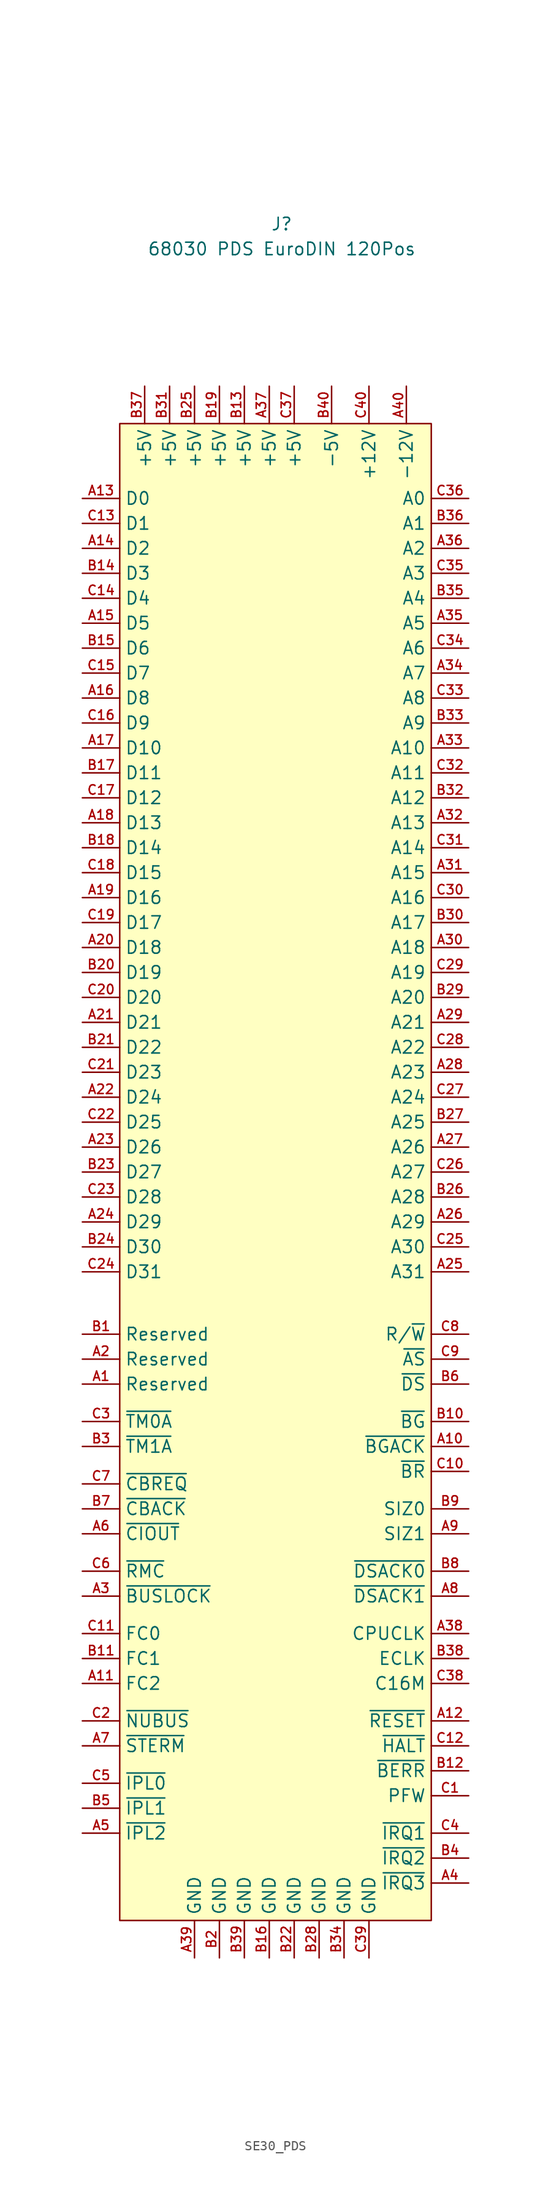
<source format=kicad_sym>
(kicad_symbol_lib
  (version 20231120)
  (generator "kicad_symbol_editor")
  (generator_version "8.0")
  (symbol "SE30_PDS"
    (property "Reference" "J"
      (at 0 13.97 0)
      (effects (font (size 1.27 1.27))))
    (property "Value" "68030 PDS EuroDIN 120Pos"
      (at 0 11.43 0)
      (effects (font (size 1.27 1.27))))
    (symbol "SE30_PDS_1_0"
      (pin unspecified line (at -20.32 -104.14 0) (length 3.81) (name "Reserved" (effects (font (size 1.27 1.27)))) (number "A1" (effects (font (size 0.953 0.953)))))
      (pin input line (at 19.05 -110.49 180) (length 3.81) (name "~{BGACK}" (effects (font (size 1.27 1.27)))) (number "A10" (effects (font (size 0.953 0.953)))))
      (pin output line (at -20.32 -134.62 0) (length 3.81) (name "FC2" (effects (font (size 1.27 1.27)))) (number "A11" (effects (font (size 0.953 0.953)))))
      (pin output line (at 19.05 -138.43 180) (length 3.81) (name "~{RESET}" (effects (font (size 1.27 1.27)))) (number "A12" (effects (font (size 0.953 0.953)))))
      (pin bidirectional line (at -20.32 -13.97 0) (length 3.81) (name "D0" (effects (font (size 1.27 1.27)))) (number "A13" (effects (font (size 0.953 0.953)))))
      (pin bidirectional line (at -20.32 -19.05 0) (length 3.81) (name "D2" (effects (font (size 1.27 1.27)))) (number "A14" (effects (font (size 0.953 0.953)))))
      (pin bidirectional line (at -20.32 -26.67 0) (length 3.81) (name "D5" (effects (font (size 1.27 1.27)))) (number "A15" (effects (font (size 0.953 0.953)))))
      (pin bidirectional line (at -20.32 -34.29 0) (length 3.81) (name "D8" (effects (font (size 1.27 1.27)))) (number "A16" (effects (font (size 0.953 0.953)))))
      (pin bidirectional line (at -20.32 -39.37 0) (length 3.81) (name "D10" (effects (font (size 1.27 1.27)))) (number "A17" (effects (font (size 0.953 0.953)))))
      (pin bidirectional line (at -20.32 -46.99 0) (length 3.81) (name "D13" (effects (font (size 1.27 1.27)))) (number "A18" (effects (font (size 0.953 0.953)))))
      (pin bidirectional line (at -20.32 -54.61 0) (length 3.81) (name "D16" (effects (font (size 1.27 1.27)))) (number "A19" (effects (font (size 0.953 0.953)))))
      (pin unspecified line (at -20.32 -101.6 0) (length 3.81) (name "Reserved" (effects (font (size 1.27 1.27)))) (number "A2" (effects (font (size 0.953 0.953)))))
      (pin bidirectional line (at -20.32 -59.69 0) (length 3.81) (name "D18" (effects (font (size 1.27 1.27)))) (number "A20" (effects (font (size 0.953 0.953)))))
      (pin bidirectional line (at -20.32 -67.31 0) (length 3.81) (name "D21" (effects (font (size 1.27 1.27)))) (number "A21" (effects (font (size 0.953 0.953)))))
      (pin bidirectional line (at -20.32 -74.93 0) (length 3.81) (name "D24" (effects (font (size 1.27 1.27)))) (number "A22" (effects (font (size 0.953 0.953)))))
      (pin bidirectional line (at -20.32 -80.01 0) (length 3.81) (name "D26" (effects (font (size 1.27 1.27)))) (number "A23" (effects (font (size 0.953 0.953)))))
      (pin bidirectional line (at -20.32 -87.63 0) (length 3.81) (name "D29" (effects (font (size 1.27 1.27)))) (number "A24" (effects (font (size 0.953 0.953)))))
      (pin output line (at 19.05 -92.71 180) (length 3.81) (name "A31" (effects (font (size 1.27 1.27)))) (number "A25" (effects (font (size 0.953 0.953)))))
      (pin output line (at 19.05 -87.63 180) (length 3.81) (name "A29" (effects (font (size 1.27 1.27)))) (number "A26" (effects (font (size 0.953 0.953)))))
      (pin output line (at 19.05 -80.01 180) (length 3.81) (name "A26" (effects (font (size 1.27 1.27)))) (number "A27" (effects (font (size 0.953 0.953)))))
      (pin output line (at 19.05 -72.39 180) (length 3.81) (name "A23" (effects (font (size 1.27 1.27)))) (number "A28" (effects (font (size 0.953 0.953)))))
      (pin output line (at 19.05 -67.31 180) (length 3.81) (name "A21" (effects (font (size 1.27 1.27)))) (number "A29" (effects (font (size 0.953 0.953)))))
      (pin output line (at -20.32 -125.73 0) (length 3.81) (name "~{BUSLOCK}" (effects (font (size 1.27 1.27)))) (number "A3" (effects (font (size 0.953 0.953)))))
      (pin output line (at 19.05 -59.69 180) (length 3.81) (name "A18" (effects (font (size 1.27 1.27)))) (number "A30" (effects (font (size 0.953 0.953)))))
      (pin output line (at 19.05 -52.07 180) (length 3.81) (name "A15" (effects (font (size 1.27 1.27)))) (number "A31" (effects (font (size 0.953 0.953)))))
      (pin output line (at 19.05 -46.99 180) (length 3.81) (name "A13" (effects (font (size 1.27 1.27)))) (number "A32" (effects (font (size 0.953 0.953)))))
      (pin output line (at 19.05 -39.37 180) (length 3.81) (name "A10" (effects (font (size 1.27 1.27)))) (number "A33" (effects (font (size 0.953 0.953)))))
      (pin output line (at 19.05 -31.75 180) (length 3.81) (name "A7" (effects (font (size 1.27 1.27)))) (number "A34" (effects (font (size 0.953 0.953)))))
      (pin output line (at 19.05 -26.67 180) (length 3.81) (name "A5" (effects (font (size 1.27 1.27)))) (number "A35" (effects (font (size 0.953 0.953)))))
      (pin output line (at 19.05 -19.05 180) (length 3.81) (name "A2" (effects (font (size 1.27 1.27)))) (number "A36" (effects (font (size 0.953 0.953)))))
      (pin power_out line (at -1.27 -2.54 270) (length 3.81) (name "+5V" (effects (font (size 1.27 1.27)))) (number "A37" (effects (font (size 0.953 0.953)))))
      (pin output line (at 19.05 -129.54 180) (length 3.81) (name "CPUCLK" (effects (font (size 1.27 1.27)))) (number "A38" (effects (font (size 0.953 0.953)))))
      (pin power_out line (at -8.89 -162.56 90) (length 3.81) (name "GND" (effects (font (size 1.27 1.27)))) (number "A39" (effects (font (size 0.953 0.953)))))
      (pin input line (at 19.05 -154.94 180) (length 3.81) (name "~{IRQ3}" (effects (font (size 1.27 1.27)))) (number "A4" (effects (font (size 0.953 0.953)))))
      (pin power_out line (at 12.7 -2.54 270) (length 3.81) (name "-12V" (effects (font (size 1.27 1.27)))) (number "A40" (effects (font (size 0.953 0.953)))))
      (pin input line (at -20.32 -149.86 0) (length 3.81) (name "~{IPL2}" (effects (font (size 1.27 1.27)))) (number "A5" (effects (font (size 0.953 0.953)))))
      (pin output line (at -20.32 -119.38 0) (length 3.81) (name "~{CIOUT}" (effects (font (size 1.27 1.27)))) (number "A6" (effects (font (size 0.953 0.953)))))
      (pin input line (at -20.32 -140.97 0) (length 3.81) (name "~{STERM}" (effects (font (size 1.27 1.27)))) (number "A7" (effects (font (size 0.953 0.953)))))
      (pin input line (at 19.05 -125.73 180) (length 3.81) (name "~{DSACK1}" (effects (font (size 1.27 1.27)))) (number "A8" (effects (font (size 0.953 0.953)))))
      (pin output line (at 19.05 -119.38 180) (length 3.81) (name "SIZ1" (effects (font (size 1.27 1.27)))) (number "A9" (effects (font (size 0.953 0.953)))))
      (pin unspecified line (at -20.32 -99.06 0) (length 3.81) (name "Reserved" (effects (font (size 1.27 1.27)))) (number "B1" (effects (font (size 0.953 0.953)))))
      (pin output line (at 19.05 -107.95 180) (length 3.81) (name "~{BG}" (effects (font (size 1.27 1.27)))) (number "B10" (effects (font (size 0.953 0.953)))))
      (pin output line (at -20.32 -132.08 0) (length 3.81) (name "FC1" (effects (font (size 1.27 1.27)))) (number "B11" (effects (font (size 0.953 0.953)))))
      (pin input line (at 19.05 -143.51 180) (length 3.81) (name "~{BERR}" (effects (font (size 1.27 1.27)))) (number "B12" (effects (font (size 0.953 0.953)))))
      (pin power_out line (at -3.81 -2.54 270) (length 3.81) (name "+5V" (effects (font (size 1.27 1.27)))) (number "B13" (effects (font (size 0.953 0.953)))))
      (pin bidirectional line (at -20.32 -21.59 0) (length 3.81) (name "D3" (effects (font (size 1.27 1.27)))) (number "B14" (effects (font (size 0.953 0.953)))))
      (pin bidirectional line (at -20.32 -29.21 0) (length 3.81) (name "D6" (effects (font (size 1.27 1.27)))) (number "B15" (effects (font (size 0.953 0.953)))))
      (pin power_out line (at -1.27 -162.56 90) (length 3.81) (name "GND" (effects (font (size 1.27 1.27)))) (number "B16" (effects (font (size 0.953 0.953)))))
      (pin bidirectional line (at -20.32 -41.91 0) (length 3.81) (name "D11" (effects (font (size 1.27 1.27)))) (number "B17" (effects (font (size 0.953 0.953)))))
      (pin bidirectional line (at -20.32 -49.53 0) (length 3.81) (name "D14" (effects (font (size 1.27 1.27)))) (number "B18" (effects (font (size 0.953 0.953)))))
      (pin power_out line (at -6.35 -2.54 270) (length 3.81) (name "+5V" (effects (font (size 1.27 1.27)))) (number "B19" (effects (font (size 0.953 0.953)))))
      (pin power_out line (at -6.35 -162.56 90) (length 3.81) (name "GND" (effects (font (size 1.27 1.27)))) (number "B2" (effects (font (size 0.953 0.953)))))
      (pin bidirectional line (at -20.32 -62.23 0) (length 3.81) (name "D19" (effects (font (size 1.27 1.27)))) (number "B20" (effects (font (size 0.953 0.953)))))
      (pin bidirectional line (at -20.32 -69.85 0) (length 3.81) (name "D22" (effects (font (size 1.27 1.27)))) (number "B21" (effects (font (size 0.953 0.953)))))
      (pin power_out line (at 1.27 -162.56 90) (length 3.81) (name "GND" (effects (font (size 1.27 1.27)))) (number "B22" (effects (font (size 0.953 0.953)))))
      (pin bidirectional line (at -20.32 -82.55 0) (length 3.81) (name "D27" (effects (font (size 1.27 1.27)))) (number "B23" (effects (font (size 0.953 0.953)))))
      (pin bidirectional line (at -20.32 -90.17 0) (length 3.81) (name "D30" (effects (font (size 1.27 1.27)))) (number "B24" (effects (font (size 0.953 0.953)))))
      (pin power_out line (at -8.89 -2.54 270) (length 3.81) (name "+5V" (effects (font (size 1.27 1.27)))) (number "B25" (effects (font (size 0.953 0.953)))))
      (pin output line (at 19.05 -85.09 180) (length 3.81) (name "A28" (effects (font (size 1.27 1.27)))) (number "B26" (effects (font (size 0.953 0.953)))))
      (pin output line (at 19.05 -77.47 180) (length 3.81) (name "A25" (effects (font (size 1.27 1.27)))) (number "B27" (effects (font (size 0.953 0.953)))))
      (pin power_out line (at 3.81 -162.56 90) (length 3.81) (name "GND" (effects (font (size 1.27 1.27)))) (number "B28" (effects (font (size 0.953 0.953)))))
      (pin output line (at 19.05 -64.77 180) (length 3.81) (name "A20" (effects (font (size 1.27 1.27)))) (number "B29" (effects (font (size 0.953 0.953)))))
      (pin input line (at -20.32 -110.49 0) (length 3.81) (name "~{TM1A}" (effects (font (size 1.27 1.27)))) (number "B3" (effects (font (size 0.953 0.953)))))
      (pin output line (at 19.05 -57.15 180) (length 3.81) (name "A17" (effects (font (size 1.27 1.27)))) (number "B30" (effects (font (size 0.953 0.953)))))
      (pin power_out line (at -11.43 -2.54 270) (length 3.81) (name "+5V" (effects (font (size 1.27 1.27)))) (number "B31" (effects (font (size 0.953 0.953)))))
      (pin output line (at 19.05 -44.45 180) (length 3.81) (name "A12" (effects (font (size 1.27 1.27)))) (number "B32" (effects (font (size 0.953 0.953)))))
      (pin output line (at 19.05 -36.83 180) (length 3.81) (name "A9" (effects (font (size 1.27 1.27)))) (number "B33" (effects (font (size 0.953 0.953)))))
      (pin power_out line (at 6.35 -162.56 90) (length 3.81) (name "GND" (effects (font (size 1.27 1.27)))) (number "B34" (effects (font (size 0.953 0.953)))))
      (pin output line (at 19.05 -24.13 180) (length 3.81) (name "A4" (effects (font (size 1.27 1.27)))) (number "B35" (effects (font (size 0.953 0.953)))))
      (pin output line (at 19.05 -16.51 180) (length 3.81) (name "A1" (effects (font (size 1.27 1.27)))) (number "B36" (effects (font (size 0.953 0.953)))))
      (pin power_out line (at -13.97 -2.54 270) (length 3.81) (name "+5V" (effects (font (size 1.27 1.27)))) (number "B37" (effects (font (size 0.953 0.953)))))
      (pin output line (at 19.05 -132.08 180) (length 3.81) (name "ECLK" (effects (font (size 1.27 1.27)))) (number "B38" (effects (font (size 0.953 0.953)))))
      (pin power_out line (at -3.81 -162.56 90) (length 3.81) (name "GND" (effects (font (size 1.27 1.27)))) (number "B39" (effects (font (size 0.953 0.953)))))
      (pin input line (at 19.05 -152.4 180) (length 3.81) (name "~{IRQ2}" (effects (font (size 1.27 1.27)))) (number "B4" (effects (font (size 0.953 0.953)))))
      (pin power_out line (at 5.08 -2.54 270) (length 3.81) (name "-5V" (effects (font (size 1.27 1.27)))) (number "B40" (effects (font (size 0.953 0.953)))))
      (pin input line (at -20.32 -147.32 0) (length 3.81) (name "~{IPL1}" (effects (font (size 1.27 1.27)))) (number "B5" (effects (font (size 0.953 0.953)))))
      (pin output line (at 19.05 -104.14 180) (length 3.81) (name "~{DS}" (effects (font (size 1.27 1.27)))) (number "B6" (effects (font (size 0.953 0.953)))))
      (pin input line (at -20.32 -116.84 0) (length 3.81) (name "~{CBACK}" (effects (font (size 1.27 1.27)))) (number "B7" (effects (font (size 0.953 0.953)))))
      (pin input line (at 19.05 -123.19 180) (length 3.81) (name "~{DSACK0}" (effects (font (size 1.27 1.27)))) (number "B8" (effects (font (size 0.953 0.953)))))
      (pin output line (at 19.05 -116.84 180) (length 3.81) (name "SIZ0" (effects (font (size 1.27 1.27)))) (number "B9" (effects (font (size 0.953 0.953)))))
      (pin output line (at 19.05 -146.05 180) (length 3.81) (name "PFW" (effects (font (size 1.27 1.27)))) (number "C1" (effects (font (size 0.953 0.953)))))
      (pin input line (at 19.05 -113.03 180) (length 3.81) (name "~{BR}" (effects (font (size 1.27 1.27)))) (number "C10" (effects (font (size 0.953 0.953)))))
      (pin output line (at -20.32 -129.54 0) (length 3.81) (name "FC0" (effects (font (size 1.27 1.27)))) (number "C11" (effects (font (size 0.953 0.953)))))
      (pin output line (at 19.05 -140.97 180) (length 3.81) (name "~{HALT}" (effects (font (size 1.27 1.27)))) (number "C12" (effects (font (size 0.953 0.953)))))
      (pin bidirectional line (at -20.32 -16.51 0) (length 3.81) (name "D1" (effects (font (size 1.27 1.27)))) (number "C13" (effects (font (size 0.953 0.953)))))
      (pin bidirectional line (at -20.32 -24.13 0) (length 3.81) (name "D4" (effects (font (size 1.27 1.27)))) (number "C14" (effects (font (size 0.953 0.953)))))
      (pin bidirectional line (at -20.32 -31.75 0) (length 3.81) (name "D7" (effects (font (size 1.27 1.27)))) (number "C15" (effects (font (size 0.953 0.953)))))
      (pin bidirectional line (at -20.32 -36.83 0) (length 3.81) (name "D9" (effects (font (size 1.27 1.27)))) (number "C16" (effects (font (size 0.953 0.953)))))
      (pin bidirectional line (at -20.32 -44.45 0) (length 3.81) (name "D12" (effects (font (size 1.27 1.27)))) (number "C17" (effects (font (size 0.953 0.953)))))
      (pin bidirectional line (at -20.32 -52.07 0) (length 3.81) (name "D15" (effects (font (size 1.27 1.27)))) (number "C18" (effects (font (size 0.953 0.953)))))
      (pin bidirectional line (at -20.32 -57.15 0) (length 3.81) (name "D17" (effects (font (size 1.27 1.27)))) (number "C19" (effects (font (size 0.953 0.953)))))
      (pin output line (at -20.32 -138.43 0) (length 3.81) (name "~{NUBUS}" (effects (font (size 1.27 1.27)))) (number "C2" (effects (font (size 0.953 0.953)))))
      (pin bidirectional line (at -20.32 -64.77 0) (length 3.81) (name "D20" (effects (font (size 1.27 1.27)))) (number "C20" (effects (font (size 0.953 0.953)))))
      (pin bidirectional line (at -20.32 -72.39 0) (length 3.81) (name "D23" (effects (font (size 1.27 1.27)))) (number "C21" (effects (font (size 0.953 0.953)))))
      (pin bidirectional line (at -20.32 -77.47 0) (length 3.81) (name "D25" (effects (font (size 1.27 1.27)))) (number "C22" (effects (font (size 0.953 0.953)))))
      (pin bidirectional line (at -20.32 -85.09 0) (length 3.81) (name "D28" (effects (font (size 1.27 1.27)))) (number "C23" (effects (font (size 0.953 0.953)))))
      (pin bidirectional line (at -20.32 -92.71 0) (length 3.81) (name "D31" (effects (font (size 1.27 1.27)))) (number "C24" (effects (font (size 0.953 0.953)))))
      (pin output line (at 19.05 -90.17 180) (length 3.81) (name "A30" (effects (font (size 1.27 1.27)))) (number "C25" (effects (font (size 0.953 0.953)))))
      (pin output line (at 19.05 -82.55 180) (length 3.81) (name "A27" (effects (font (size 1.27 1.27)))) (number "C26" (effects (font (size 0.953 0.953)))))
      (pin output line (at 19.05 -74.93 180) (length 3.81) (name "A24" (effects (font (size 1.27 1.27)))) (number "C27" (effects (font (size 0.953 0.953)))))
      (pin output line (at 19.05 -69.85 180) (length 3.81) (name "A22" (effects (font (size 1.27 1.27)))) (number "C28" (effects (font (size 0.953 0.953)))))
      (pin output line (at 19.05 -62.23 180) (length 3.81) (name "A19" (effects (font (size 1.27 1.27)))) (number "C29" (effects (font (size 0.953 0.953)))))
      (pin input line (at -20.32 -107.95 0) (length 3.81) (name "~{TM0A}" (effects (font (size 1.27 1.27)))) (number "C3" (effects (font (size 0.953 0.953)))))
      (pin output line (at 19.05 -54.61 180) (length 3.81) (name "A16" (effects (font (size 1.27 1.27)))) (number "C30" (effects (font (size 0.953 0.953)))))
      (pin output line (at 19.05 -49.53 180) (length 3.81) (name "A14" (effects (font (size 1.27 1.27)))) (number "C31" (effects (font (size 0.953 0.953)))))
      (pin output line (at 19.05 -41.91 180) (length 3.81) (name "A11" (effects (font (size 1.27 1.27)))) (number "C32" (effects (font (size 0.953 0.953)))))
      (pin output line (at 19.05 -34.29 180) (length 3.81) (name "A8" (effects (font (size 1.27 1.27)))) (number "C33" (effects (font (size 0.953 0.953)))))
      (pin output line (at 19.05 -29.21 180) (length 3.81) (name "A6" (effects (font (size 1.27 1.27)))) (number "C34" (effects (font (size 0.953 0.953)))))
      (pin output line (at 19.05 -21.59 180) (length 3.81) (name "A3" (effects (font (size 1.27 1.27)))) (number "C35" (effects (font (size 0.953 0.953)))))
      (pin output line (at 19.05 -13.97 180) (length 3.81) (name "A0" (effects (font (size 1.27 1.27)))) (number "C36" (effects (font (size 0.953 0.953)))))
      (pin power_out line (at 1.27 -2.54 270) (length 3.81) (name "+5V" (effects (font (size 1.27 1.27)))) (number "C37" (effects (font (size 0.953 0.953)))))
      (pin output line (at 19.05 -134.62 180) (length 3.81) (name "C16M" (effects (font (size 1.27 1.27)))) (number "C38" (effects (font (size 0.953 0.953)))))
      (pin power_out line (at 8.89 -162.56 90) (length 3.81) (name "GND" (effects (font (size 1.27 1.27)))) (number "C39" (effects (font (size 0.953 0.953)))))
      (pin input line (at 19.05 -149.86 180) (length 3.81) (name "~{IRQ1}" (effects (font (size 1.27 1.27)))) (number "C4" (effects (font (size 0.953 0.953)))))
      (pin power_out line (at 8.89 -2.54 270) (length 3.81) (name "+12V" (effects (font (size 1.27 1.27)))) (number "C40" (effects (font (size 0.953 0.953)))))
      (pin input line (at -20.32 -144.78 0) (length 3.81) (name "~{IPL0}" (effects (font (size 1.27 1.27)))) (number "C5" (effects (font (size 0.953 0.953)))))
      (pin output line (at -20.32 -123.19 0) (length 3.81) (name "~{RMC}" (effects (font (size 1.27 1.27)))) (number "C6" (effects (font (size 0.953 0.953)))))
      (pin output line (at -20.32 -114.3 0) (length 3.81) (name "~{CBREQ}" (effects (font (size 1.27 1.27)))) (number "C7" (effects (font (size 0.953 0.953)))))
      (pin output line (at 19.05 -99.06 180) (length 3.81) (name "R/~{W}" (effects (font (size 1.27 1.27)))) (number "C8" (effects (font (size 0.953 0.953)))))
      (pin output line (at 19.05 -101.6 180) (length 3.81) (name "~{AS}" (effects (font (size 1.27 1.27)))) (number "C9" (effects (font (size 0.953 0.953))))))
    (symbol "SE30_PDS_1_1"
      (rectangle (start -16.51 -6.35) (end 15.24 -158.75) (stroke (width 0) (type default)) (fill (type background))))))
</source>
